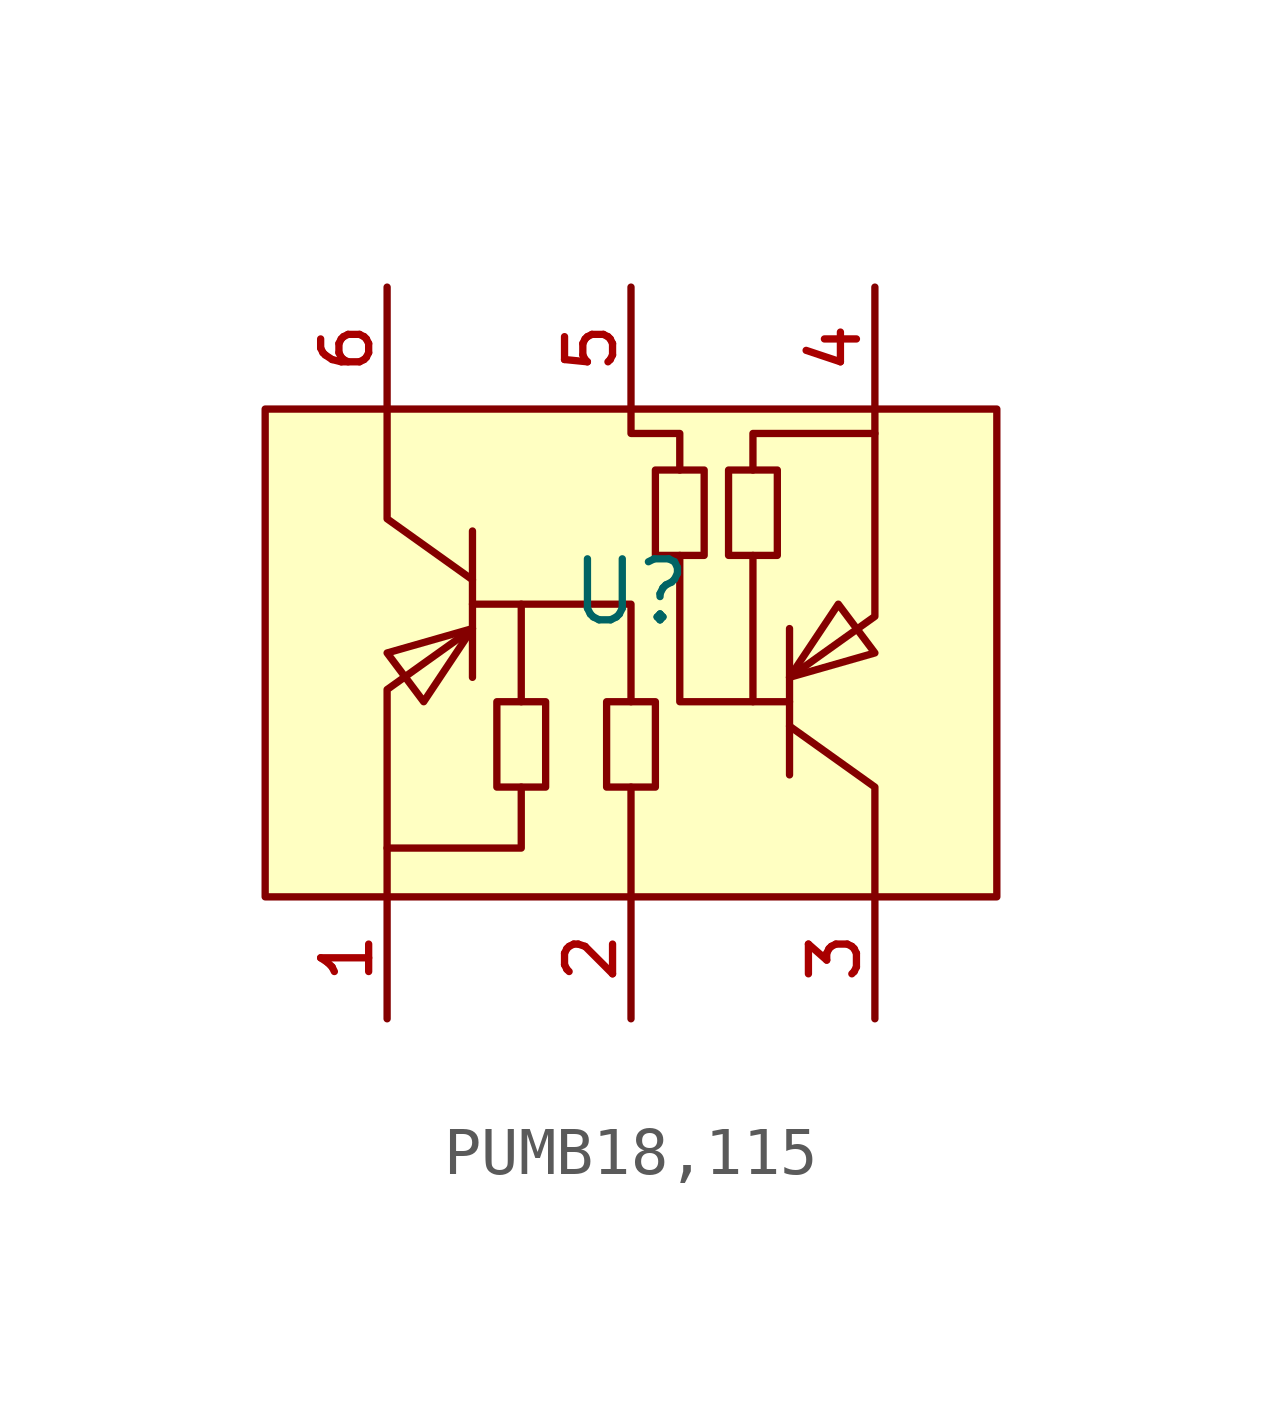
<source format=kicad_sym>
(kicad_symbol_lib
  (version 20210201)
  (generator TousstNicolas/JLC2KiCad_lib)
  (symbol "PUMB18,115"
    (pin_names hide)
    (property "Reference" "U"
      (at 0 1.27 0)
      (effects (font (size 1.27 1.27))))
    (symbol "PUMB18,115_0_1"
      (rectangle (start -7.62 5.08) (end 7.62 -5.08) (stroke (width 0) (type default) (color 0 0 0 0)) (fill (type background)))
      (polyline (pts (xy 0.0 -1.016) (xy 0.0 1.016) (xy -3.302 1.016)) (stroke (width 0) (type default) (color 0 0 0 0)) (fill (type none)))
      (pin unspecified line (at -5.08 7.62 270) (length 2.54) (name "6" (effects (font (size 1 1)))) (number "6" (effects (font (size 1 1)))))
      (pin unspecified line (at 0.0 7.62 270) (length 2.54) (name "5" (effects (font (size 1 1)))) (number "5" (effects (font (size 1 1)))))
      (pin unspecified line (at 5.08 7.62 270) (length 2.54) (name "4" (effects (font (size 1 1)))) (number "4" (effects (font (size 1 1)))))
      (pin unspecified line (at 5.08 -7.62 90) (length 2.54) (name "3" (effects (font (size 1 1)))) (number "3" (effects (font (size 1 1)))))
      (pin unspecified line (at 0.0 -7.62 90) (length 2.54) (name "2" (effects (font (size 1 1)))) (number "2" (effects (font (size 1 1)))))
      (pin unspecified line (at -5.08 -7.62 90) (length 2.54) (name "1" (effects (font (size 1 1)))) (number "1" (effects (font (size 1 1)))))
      (polyline (pts (xy -3.302 0.508) (xy -5.08 -0.0) (xy -4.318 -1.016) (xy -3.302 0.508)) (stroke (width 0) (type default) (color 0 0 0 0)) (fill (type background)))
      (polyline (pts (xy -3.302 2.54) (xy -3.302 -0.508)) (stroke (width 0) (type default) (color 0 0 0 0)) (fill (type none)))
      (polyline (pts (xy -3.302 0.508) (xy -5.08 -0.762) (xy -5.08 -5.08)) (stroke (width 0) (type default) (color 0 0 0 0)) (fill (type none)))
      (polyline (pts (xy -5.08 5.08) (xy -5.08 2.794) (xy -3.302 1.524)) (stroke (width 0) (type default) (color 0 0 0 0)) (fill (type none)))
      (rectangle (start -2.794 -1.016) (end -1.778 -2.794) (stroke (width 0) (type default) (color 0 0 0 0)) (fill (type background)))
      (rectangle (start -0.508 -1.016) (end 0.508 -2.794) (stroke (width 0) (type default) (color 0 0 0 0)) (fill (type background)))
      (polyline (pts (xy 0.0 -2.794) (xy 0.0 -5.08)) (stroke (width 0) (type default) (color 0 0 0 0)) (fill (type none)))
      (polyline (pts (xy -5.08 -4.064) (xy -2.286 -4.064) (xy -2.286 -2.794)) (stroke (width 0) (type default) (color 0 0 0 0)) (fill (type none)))
      (polyline (pts (xy -2.286 1.016) (xy -2.286 -1.016)) (stroke (width 0) (type default) (color 0 0 0 0)) (fill (type none)))
      (polyline (pts (xy 5.08 -5.08) (xy 5.08 -2.794) (xy 3.302 -1.524)) (stroke (width 0) (type default) (color 0 0 0 0)) (fill (type none)))
      (polyline (pts (xy 3.302 -0.508) (xy 5.08 -0.0) (xy 4.318 1.016) (xy 3.302 -0.508)) (stroke (width 0) (type default) (color 0 0 0 0)) (fill (type background)))
      (polyline (pts (xy 3.302 -0.508) (xy 5.08 0.762) (xy 5.08 5.08)) (stroke (width 0) (type default) (color 0 0 0 0)) (fill (type none)))
      (polyline (pts (xy 3.302 -2.54) (xy 3.302 0.508)) (stroke (width 0) (type default) (color 0 0 0 0)) (fill (type none)))
      (rectangle (start 2.032 3.81) (end 3.048 2.032) (stroke (width 0) (type default) (color 0 0 0 0)) (fill (type background)))
      (rectangle (start 0.508 3.81) (end 1.524 2.032) (stroke (width 0) (type default) (color 0 0 0 0)) (fill (type background)))
      (polyline (pts (xy 1.016 2.032) (xy 1.016 -1.016) (xy 3.302 -1.016)) (stroke (width 0) (type default) (color 0 0 0 0)) (fill (type none)))
      (polyline (pts (xy 2.54 2.032) (xy 2.54 -1.016)) (stroke (width 0) (type default) (color 0 0 0 0)) (fill (type none)))
      (polyline (pts (xy 2.54 3.81) (xy 2.54 4.572) (xy 5.08 4.572)) (stroke (width 0) (type default) (color 0 0 0 0)) (fill (type none)))
      (polyline (pts (xy 1.016 3.81) (xy 1.016 4.572) (xy 0.0 4.572) (xy 0.0 5.08)) (stroke (width 0) (type default) (color 0 0 0 0)) (fill (type none))))))
</source>
